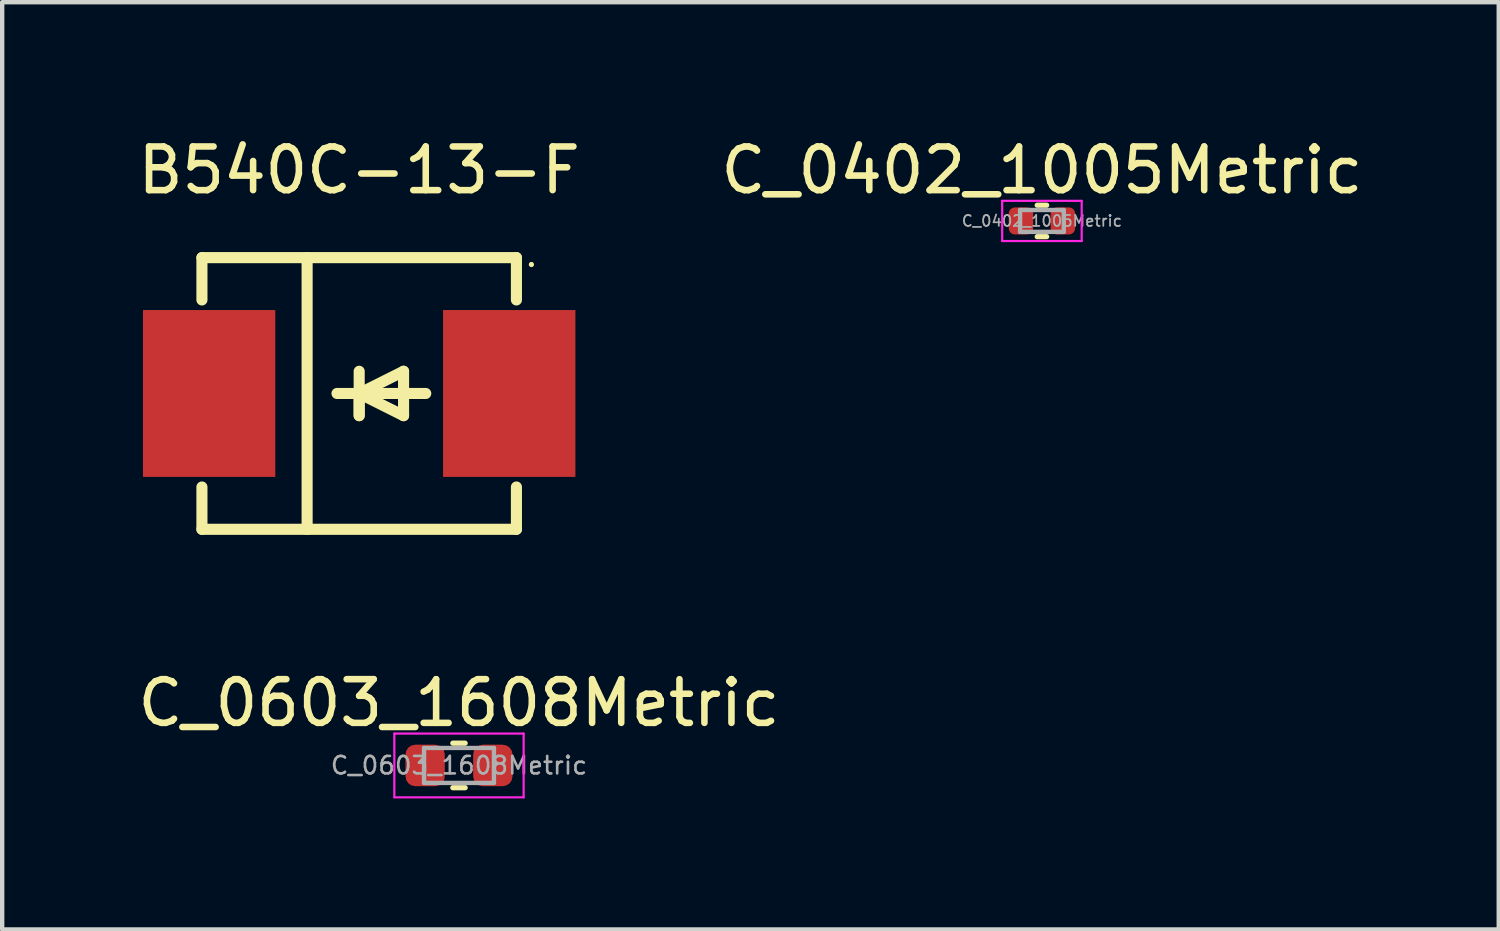
<source format=kicad_pcb>
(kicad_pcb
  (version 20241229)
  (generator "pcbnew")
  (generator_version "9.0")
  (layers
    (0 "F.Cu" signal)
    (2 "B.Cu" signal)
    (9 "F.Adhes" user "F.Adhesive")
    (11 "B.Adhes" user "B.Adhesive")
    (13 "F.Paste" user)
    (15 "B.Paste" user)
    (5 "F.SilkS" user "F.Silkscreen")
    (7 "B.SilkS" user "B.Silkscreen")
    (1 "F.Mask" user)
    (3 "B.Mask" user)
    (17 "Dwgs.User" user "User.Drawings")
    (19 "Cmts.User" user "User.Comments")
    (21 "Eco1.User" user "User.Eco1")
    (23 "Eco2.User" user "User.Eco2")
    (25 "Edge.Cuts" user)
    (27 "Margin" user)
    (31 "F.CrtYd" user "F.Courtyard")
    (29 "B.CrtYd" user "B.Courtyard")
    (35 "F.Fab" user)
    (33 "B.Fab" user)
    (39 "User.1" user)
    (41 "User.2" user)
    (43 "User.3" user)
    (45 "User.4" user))
  (footprint "C_0603_1608Metric"
    (layer "F.Cu")
    (at 7.458 14.474)
    (property "Reference" "C_0603_1608Metric" (at 0 -1.43 180) (layer "F.SilkS") (effects (font (size 1 1) (thickness 0.15))))
    (attr smd)
    (fp_line (start -0.141 -0.51) (end 0.141 -0.51) (stroke (width 0.12) (type solid)) (layer "F.SilkS"))
    (fp_line (start -0.141 0.51) (end 0.141 0.51) (stroke (width 0.12) (type solid)) (layer "F.SilkS"))
    (fp_line (start -1.48 -0.73) (end 1.48 -0.73) (stroke (width 0.05) (type solid)) (layer "F.CrtYd"))
    (fp_line (start -1.48 0.73) (end -1.48 -0.73) (stroke (width 0.05) (type solid)) (layer "F.CrtYd"))
    (fp_line (start 1.48 -0.73) (end 1.48 0.73) (stroke (width 0.05) (type solid)) (layer "F.CrtYd"))
    (fp_line (start 1.48 0.73) (end -1.48 0.73) (stroke (width 0.05) (type solid)) (layer "F.CrtYd"))
    (fp_line (start -0.8 -0.4) (end 0.8 -0.4) (stroke (width 0.1) (type solid)) (layer "F.Fab"))
    (fp_line (start -0.8 0.4) (end -0.8 -0.4) (stroke (width 0.1) (type solid)) (layer "F.Fab"))
    (fp_line (start 0.8 -0.4) (end 0.8 0.4) (stroke (width 0.1) (type solid)) (layer "F.Fab"))
    (fp_line (start 0.8 0.4) (end -0.8 0.4) (stroke (width 0.1) (type solid)) (layer "F.Fab"))
    (fp_text user "${REFERENCE}" (at 0 0 180) (layer "F.Fab") (effects (font (size 0.4 0.4) (thickness 0.06))))
    (pad "1" smd roundrect (at -0.775 0) (size 0.9 0.95) (layers "F.Cu" "F.Mask" "F.Paste") (roundrect_rratio 0.25))
    (pad "2" smd roundrect (at 0.775 0) (size 0.9 0.95) (layers "F.Cu" "F.Mask" "F.Paste") (roundrect_rratio 0.25)))
  (footprint "C_0402_1005Metric"
    (layer "F.Cu")
    (at 20.804 2.008)
    (property "Reference" "C_0402_1005Metric" (at 0 -1.16 180) (layer "F.SilkS") (effects (font (size 1 1) (thickness 0.15))))
    (attr smd)
    (fp_line (start -0.108 -0.36) (end 0.108 -0.36) (stroke (width 0.12) (type solid)) (layer "F.SilkS"))
    (fp_line (start -0.108 0.36) (end 0.108 0.36) (stroke (width 0.12) (type solid)) (layer "F.SilkS"))
    (fp_line (start -0.91 -0.46) (end 0.91 -0.46) (stroke (width 0.05) (type solid)) (layer "F.CrtYd"))
    (fp_line (start -0.91 0.46) (end -0.91 -0.46) (stroke (width 0.05) (type solid)) (layer "F.CrtYd"))
    (fp_line (start 0.91 -0.46) (end 0.91 0.46) (stroke (width 0.05) (type solid)) (layer "F.CrtYd"))
    (fp_line (start 0.91 0.46) (end -0.91 0.46) (stroke (width 0.05) (type solid)) (layer "F.CrtYd"))
    (fp_line (start -0.5 -0.25) (end 0.5 -0.25) (stroke (width 0.1) (type solid)) (layer "F.Fab"))
    (fp_line (start -0.5 0.25) (end -0.5 -0.25) (stroke (width 0.1) (type solid)) (layer "F.Fab"))
    (fp_line (start 0.5 -0.25) (end 0.5 0.25) (stroke (width 0.1) (type solid)) (layer "F.Fab"))
    (fp_line (start 0.5 0.25) (end -0.5 0.25) (stroke (width 0.1) (type solid)) (layer "F.Fab"))
    (fp_text user "${REFERENCE}" (at 0 0 180) (layer "F.Fab") (effects (font (size 0.25 0.25) (thickness 0.04))))
    (pad "1" smd roundrect (at -0.48 0) (size 0.56 0.62) (layers "F.Cu" "F.Mask" "F.Paste") (roundrect_rratio 0.25))
    (pad "2" smd roundrect (at 0.48 0) (size 0.56 0.62) (layers "F.Cu" "F.Mask" "F.Paste") (roundrect_rratio 0.25)))
  (footprint "B540C-13-F"
    (layer "F.Cu")
    (at 5.173 5.958)
    (property "Reference" "B540C-13-F" (at -0.000025 -5.11 0) (layer "F.SilkS") (effects (font (size 1 1) (thickness 0.15))))
    (attr through_hole)
    (fp_line (start -3.6 -3.11) (end -3.6 -2.141) (stroke (width 0.254) (type solid)) (layer "F.SilkS"))
    (fp_line (start -3.6 -3.11) (end 3.6 -3.11) (stroke (width 0.254) (type solid)) (layer "F.SilkS"))
    (fp_line (start -3.6 2.141) (end -3.6 3.11) (stroke (width 0.254) (type solid)) (layer "F.SilkS"))
    (fp_line (start -3.6 3.11) (end 3.6 3.11) (stroke (width 0.254) (type solid)) (layer "F.SilkS"))
    (fp_line (start -1.192 -3.11) (end -1.192 3.11) (stroke (width 0.254) (type solid)) (layer "F.SilkS"))
    (fp_line (start -0.000025 0) (end -0.000025 0.508) (stroke (width 0.254) (type solid)) (layer "F.SilkS"))
    (fp_line (start -0.000025 0) (end 1.016 0.508) (stroke (width 0.254) (type solid)) (layer "F.SilkS"))
    (fp_line (start -0.000025 0.508) (end -0.000025 -0.508) (stroke (width 0.254) (type solid)) (layer "F.SilkS"))
    (fp_line (start 1.016 -0.508) (end -0.000025 0) (stroke (width 0.254) (type solid)) (layer "F.SilkS"))
    (fp_line (start 1.016 0.508) (end 1.016 -0.508) (stroke (width 0.254) (type solid)) (layer "F.SilkS"))
    (fp_line (start 1.524 0) (end -0.508 0) (stroke (width 0.254) (type solid)) (layer "F.SilkS"))
    (fp_line (start 3.6 -3.11) (end 3.6 -2.141) (stroke (width 0.254) (type solid)) (layer "F.SilkS"))
    (fp_line (start 3.6 2.141) (end 3.6 3.11) (stroke (width 0.254) (type solid)) (layer "F.SilkS"))
    (fp_circle (center 3.943 -2.952) (end 3.973 -2.952) (stroke (width 0.06) (type solid)) (fill no) (layer "F.SilkS"))
    (pad "1" smd rect (at -3.435 0 180) (size 3.03 3.82) (layers "F.Cu" "F.Mask" "F.Paste"))
    (pad "2" smd rect (at 3.435 0 180) (size 3.03 3.82) (layers "F.Cu" "F.Mask" "F.Paste")))
  (gr_rect
    (start -3 -3)
    (end 31.262 18.229)
    (stroke (width 0.1) (type default))
    (fill no)
    (layer "Edge.Cuts")))
</source>
